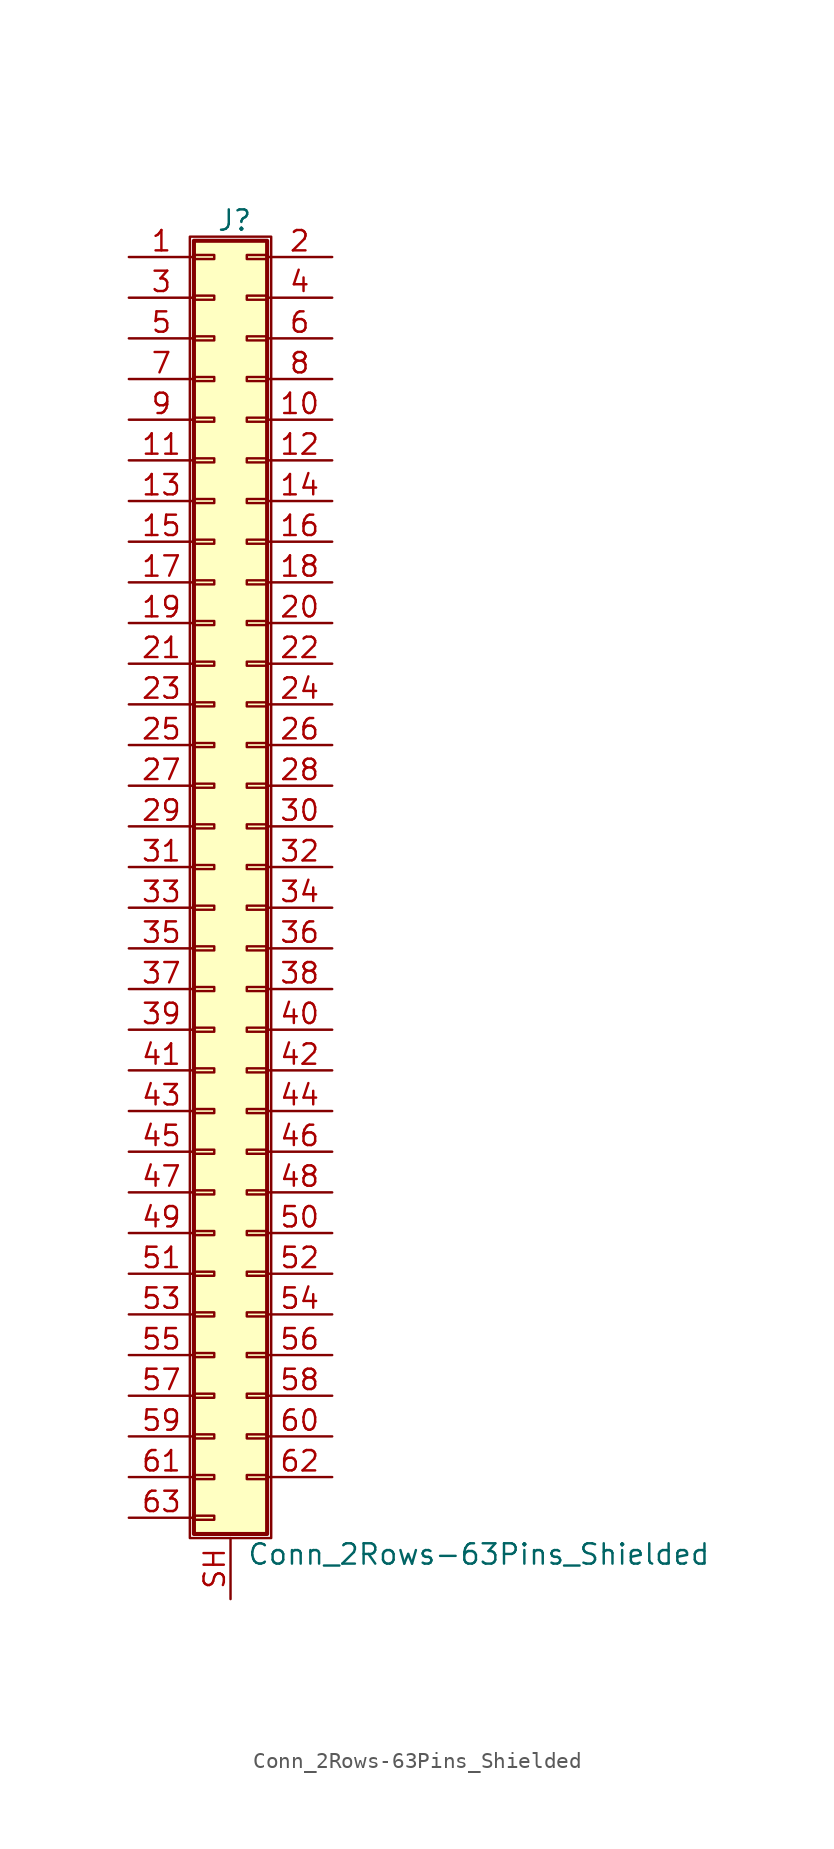
<source format=kicad_sym>
(kicad_symbol_lib
  (version 20200908)
  (generator kicad_symbol_editor)
  (symbol "Connector_Generic_Shielded:Conn_2Rows-63Pins_Shielded"
    (pin_names
      (offset 1.016) hide)
    (property "Reference" "J"
      (at 1.524 40.386 0)
      (effects (font (size 1.27 1.27))))
    (property "Value" "Conn_2Rows-63Pins_Shielded"
      (at 2.286 -42.926 0)
      (effects (font (size 1.27 1.27)) (justify left)))
    (symbol "Conn_2Rows-63Pins_Shielded_1_1"
      (rectangle (start -1.016 -27.813) (end 0.254 -28.067) (stroke (width 0.152)) (fill (type none)))
      (rectangle (start -1.016 -30.353) (end 0.254 -30.607) (stroke (width 0.152)) (fill (type none)))
      (rectangle (start -1.016 -32.893) (end 0.254 -33.147) (stroke (width 0.152)) (fill (type none)))
      (rectangle (start -1.016 -35.433) (end 0.254 -35.687) (stroke (width 0.152)) (fill (type none)))
      (rectangle (start -1.016 -37.973) (end 0.254 -38.227) (stroke (width 0.152)) (fill (type none)))
      (rectangle (start -1.016 -40.513) (end 0.254 -40.767) (stroke (width 0.152)) (fill (type none)))
      (rectangle (start -1.016 -4.953) (end 0.254 -5.207) (stroke (width 0.152)) (fill (type none)))
      (rectangle (start -1.016 -7.493) (end 0.254 -7.747) (stroke (width 0.152)) (fill (type none)))
      (rectangle (start -1.016 -10.033) (end 0.254 -10.287) (stroke (width 0.152)) (fill (type none)))
      (rectangle (start -1.016 -12.573) (end 0.254 -12.827) (stroke (width 0.152)) (fill (type none)))
      (rectangle (start -1.016 -15.113) (end 0.254 -15.367) (stroke (width 0.152)) (fill (type none)))
      (rectangle (start -1.016 -17.653) (end 0.254 -17.907) (stroke (width 0.152)) (fill (type none)))
      (rectangle (start -1.016 -20.193) (end 0.254 -20.447) (stroke (width 0.152)) (fill (type none)))
      (rectangle (start -1.016 -22.733) (end 0.254 -22.987) (stroke (width 0.152)) (fill (type none)))
      (rectangle (start -1.016 -2.413) (end 0.254 -2.667) (stroke (width 0.152)) (fill (type none)))
      (rectangle (start -1.016 -25.273) (end 0.254 -25.527) (stroke (width 0.152)) (fill (type none)))
      (rectangle (start -1.016 25.527) (end 0.254 25.273) (stroke (width 0.152)) (fill (type none)))
      (rectangle (start -1.016 2.667) (end 0.254 2.413) (stroke (width 0.152)) (fill (type none)))
      (rectangle (start -1.016 28.067) (end 0.254 27.813) (stroke (width 0.152)) (fill (type none)))
      (rectangle (start -1.016 30.607) (end 0.254 30.353) (stroke (width 0.152)) (fill (type none)))
      (rectangle (start -1.016 33.147) (end 0.254 32.893) (stroke (width 0.152)) (fill (type none)))
      (rectangle (start -1.016 35.687) (end 0.254 35.433) (stroke (width 0.152)) (fill (type none)))
      (rectangle (start -1.016 38.227) (end 0.254 37.973) (stroke (width 0.152)) (fill (type none)))
      (rectangle (start -1.016 39.116) (end 3.556 -41.656) (stroke (width 0.254)) (fill (type background)))
      (rectangle (start -1.016 5.207) (end 0.254 4.953) (stroke (width 0.152)) (fill (type none)))
      (rectangle (start -1.016 7.747) (end 0.254 7.493) (stroke (width 0.152)) (fill (type none)))
      (rectangle (start -1.016 10.287) (end 0.254 10.033) (stroke (width 0.152)) (fill (type none)))
      (rectangle (start -1.016 0.127) (end 0.254 -0.127) (stroke (width 0.152)) (fill (type none)))
      (rectangle (start -1.016 12.827) (end 0.254 12.573) (stroke (width 0.152)) (fill (type none)))
      (rectangle (start -1.016 15.367) (end 0.254 15.113) (stroke (width 0.152)) (fill (type none)))
      (rectangle (start -1.016 17.907) (end 0.254 17.653) (stroke (width 0.152)) (fill (type none)))
      (rectangle (start -1.016 20.447) (end 0.254 20.193) (stroke (width 0.152)) (fill (type none)))
      (rectangle (start -1.016 22.987) (end 0.254 22.733) (stroke (width 0.152)) (fill (type none)))
      (rectangle (start -1.27 39.37) (end 3.81 -41.91) (stroke (width 0.152)) (fill (type none)))
      (rectangle (start 3.556 -27.813) (end 2.286 -28.067) (stroke (width 0.152)) (fill (type none)))
      (rectangle (start 3.556 -30.353) (end 2.286 -30.607) (stroke (width 0.152)) (fill (type none)))
      (rectangle (start 3.556 -32.893) (end 2.286 -33.147) (stroke (width 0.152)) (fill (type none)))
      (rectangle (start 3.556 -35.433) (end 2.286 -35.687) (stroke (width 0.152)) (fill (type none)))
      (rectangle (start 3.556 -37.973) (end 2.286 -38.227) (stroke (width 0.152)) (fill (type none)))
      (rectangle (start 3.556 -4.953) (end 2.286 -5.207) (stroke (width 0.152)) (fill (type none)))
      (rectangle (start 3.556 -7.493) (end 2.286 -7.747) (stroke (width 0.152)) (fill (type none)))
      (rectangle (start 3.556 -10.033) (end 2.286 -10.287) (stroke (width 0.152)) (fill (type none)))
      (rectangle (start 3.556 -12.573) (end 2.286 -12.827) (stroke (width 0.152)) (fill (type none)))
      (rectangle (start 3.556 -15.113) (end 2.286 -15.367) (stroke (width 0.152)) (fill (type none)))
      (rectangle (start 3.556 -17.653) (end 2.286 -17.907) (stroke (width 0.152)) (fill (type none)))
      (rectangle (start 3.556 -20.193) (end 2.286 -20.447) (stroke (width 0.152)) (fill (type none)))
      (rectangle (start 3.556 -22.733) (end 2.286 -22.987) (stroke (width 0.152)) (fill (type none)))
      (rectangle (start 3.556 -2.413) (end 2.286 -2.667) (stroke (width 0.152)) (fill (type none)))
      (rectangle (start 3.556 -25.273) (end 2.286 -25.527) (stroke (width 0.152)) (fill (type none)))
      (rectangle (start 3.556 25.527) (end 2.286 25.273) (stroke (width 0.152)) (fill (type none)))
      (rectangle (start 3.556 2.667) (end 2.286 2.413) (stroke (width 0.152)) (fill (type none)))
      (rectangle (start 3.556 28.067) (end 2.286 27.813) (stroke (width 0.152)) (fill (type none)))
      (rectangle (start 3.556 30.607) (end 2.286 30.353) (stroke (width 0.152)) (fill (type none)))
      (rectangle (start 3.556 33.147) (end 2.286 32.893) (stroke (width 0.152)) (fill (type none)))
      (rectangle (start 3.556 35.687) (end 2.286 35.433) (stroke (width 0.152)) (fill (type none)))
      (rectangle (start 3.556 38.227) (end 2.286 37.973) (stroke (width 0.152)) (fill (type none)))
      (rectangle (start 3.556 5.207) (end 2.286 4.953) (stroke (width 0.152)) (fill (type none)))
      (rectangle (start 3.556 7.747) (end 2.286 7.493) (stroke (width 0.152)) (fill (type none)))
      (rectangle (start 3.556 10.287) (end 2.286 10.033) (stroke (width 0.152)) (fill (type none)))
      (rectangle (start 3.556 0.127) (end 2.286 -0.127) (stroke (width 0.152)) (fill (type none)))
      (rectangle (start 3.556 12.827) (end 2.286 12.573) (stroke (width 0.152)) (fill (type none)))
      (rectangle (start 3.556 15.367) (end 2.286 15.113) (stroke (width 0.152)) (fill (type none)))
      (rectangle (start 3.556 17.907) (end 2.286 17.653) (stroke (width 0.152)) (fill (type none)))
      (rectangle (start 3.556 20.447) (end 2.286 20.193) (stroke (width 0.152)) (fill (type none)))
      (rectangle (start 3.556 22.987) (end 2.286 22.733) (stroke (width 0.152)) (fill (type none)))
      (pin passive line (at -5.08 38.1 0) (length 4.064) (name "Pin_1" (effects (font (size 1.27 1.27)))) (number "1" (effects (font (size 1.27 1.27)))))
      (pin passive line (at 7.62 27.94 180) (length 4.064) (name "Pin_10" (effects (font (size 1.27 1.27)))) (number "10" (effects (font (size 1.27 1.27)))))
      (pin passive line (at -5.08 25.4 0) (length 4.064) (name "Pin_11" (effects (font (size 1.27 1.27)))) (number "11" (effects (font (size 1.27 1.27)))))
      (pin passive line (at 7.62 25.4 180) (length 4.064) (name "Pin_12" (effects (font (size 1.27 1.27)))) (number "12" (effects (font (size 1.27 1.27)))))
      (pin passive line (at -5.08 22.86 0) (length 4.064) (name "Pin_13" (effects (font (size 1.27 1.27)))) (number "13" (effects (font (size 1.27 1.27)))))
      (pin passive line (at 7.62 22.86 180) (length 4.064) (name "Pin_14" (effects (font (size 1.27 1.27)))) (number "14" (effects (font (size 1.27 1.27)))))
      (pin passive line (at -5.08 20.32 0) (length 4.064) (name "Pin_15" (effects (font (size 1.27 1.27)))) (number "15" (effects (font (size 1.27 1.27)))))
      (pin passive line (at 7.62 20.32 180) (length 4.064) (name "Pin_16" (effects (font (size 1.27 1.27)))) (number "16" (effects (font (size 1.27 1.27)))))
      (pin passive line (at -5.08 17.78 0) (length 4.064) (name "Pin_17" (effects (font (size 1.27 1.27)))) (number "17" (effects (font (size 1.27 1.27)))))
      (pin passive line (at 7.62 17.78 180) (length 4.064) (name "Pin_18" (effects (font (size 1.27 1.27)))) (number "18" (effects (font (size 1.27 1.27)))))
      (pin passive line (at -5.08 15.24 0) (length 4.064) (name "Pin_19" (effects (font (size 1.27 1.27)))) (number "19" (effects (font (size 1.27 1.27)))))
      (pin passive line (at 7.62 38.1 180) (length 4.064) (name "Pin_2" (effects (font (size 1.27 1.27)))) (number "2" (effects (font (size 1.27 1.27)))))
      (pin passive line (at 7.62 15.24 180) (length 4.064) (name "Pin_20" (effects (font (size 1.27 1.27)))) (number "20" (effects (font (size 1.27 1.27)))))
      (pin passive line (at -5.08 12.7 0) (length 4.064) (name "Pin_21" (effects (font (size 1.27 1.27)))) (number "21" (effects (font (size 1.27 1.27)))))
      (pin passive line (at 7.62 12.7 180) (length 4.064) (name "Pin_22" (effects (font (size 1.27 1.27)))) (number "22" (effects (font (size 1.27 1.27)))))
      (pin passive line (at -5.08 10.16 0) (length 4.064) (name "Pin_23" (effects (font (size 1.27 1.27)))) (number "23" (effects (font (size 1.27 1.27)))))
      (pin passive line (at 7.62 10.16 180) (length 4.064) (name "Pin_24" (effects (font (size 1.27 1.27)))) (number "24" (effects (font (size 1.27 1.27)))))
      (pin passive line (at -5.08 7.62 0) (length 4.064) (name "Pin_25" (effects (font (size 1.27 1.27)))) (number "25" (effects (font (size 1.27 1.27)))))
      (pin passive line (at 7.62 7.62 180) (length 4.064) (name "Pin_26" (effects (font (size 1.27 1.27)))) (number "26" (effects (font (size 1.27 1.27)))))
      (pin passive line (at -5.08 5.08 0) (length 4.064) (name "Pin_27" (effects (font (size 1.27 1.27)))) (number "27" (effects (font (size 1.27 1.27)))))
      (pin passive line (at 7.62 5.08 180) (length 4.064) (name "Pin_28" (effects (font (size 1.27 1.27)))) (number "28" (effects (font (size 1.27 1.27)))))
      (pin passive line (at -5.08 2.54 0) (length 4.064) (name "Pin_29" (effects (font (size 1.27 1.27)))) (number "29" (effects (font (size 1.27 1.27)))))
      (pin passive line (at -5.08 35.56 0) (length 4.064) (name "Pin_3" (effects (font (size 1.27 1.27)))) (number "3" (effects (font (size 1.27 1.27)))))
      (pin passive line (at 7.62 2.54 180) (length 4.064) (name "Pin_30" (effects (font (size 1.27 1.27)))) (number "30" (effects (font (size 1.27 1.27)))))
      (pin passive line (at -5.08 0 0) (length 4.064) (name "Pin_31" (effects (font (size 1.27 1.27)))) (number "31" (effects (font (size 1.27 1.27)))))
      (pin passive line (at 7.62 0 180) (length 4.064) (name "Pin_32" (effects (font (size 1.27 1.27)))) (number "32" (effects (font (size 1.27 1.27)))))
      (pin passive line (at -5.08 -2.54 0) (length 4.064) (name "Pin_33" (effects (font (size 1.27 1.27)))) (number "33" (effects (font (size 1.27 1.27)))))
      (pin passive line (at 7.62 -2.54 180) (length 4.064) (name "Pin_34" (effects (font (size 1.27 1.27)))) (number "34" (effects (font (size 1.27 1.27)))))
      (pin passive line (at -5.08 -5.08 0) (length 4.064) (name "Pin_35" (effects (font (size 1.27 1.27)))) (number "35" (effects (font (size 1.27 1.27)))))
      (pin passive line (at 7.62 -5.08 180) (length 4.064) (name "Pin_36" (effects (font (size 1.27 1.27)))) (number "36" (effects (font (size 1.27 1.27)))))
      (pin passive line (at -5.08 -7.62 0) (length 4.064) (name "Pin_37" (effects (font (size 1.27 1.27)))) (number "37" (effects (font (size 1.27 1.27)))))
      (pin passive line (at 7.62 -7.62 180) (length 4.064) (name "Pin_38" (effects (font (size 1.27 1.27)))) (number "38" (effects (font (size 1.27 1.27)))))
      (pin passive line (at -5.08 -10.16 0) (length 4.064) (name "Pin_39" (effects (font (size 1.27 1.27)))) (number "39" (effects (font (size 1.27 1.27)))))
      (pin passive line (at 7.62 35.56 180) (length 4.064) (name "Pin_4" (effects (font (size 1.27 1.27)))) (number "4" (effects (font (size 1.27 1.27)))))
      (pin passive line (at 7.62 -10.16 180) (length 4.064) (name "Pin_40" (effects (font (size 1.27 1.27)))) (number "40" (effects (font (size 1.27 1.27)))))
      (pin passive line (at -5.08 -12.7 0) (length 4.064) (name "Pin_41" (effects (font (size 1.27 1.27)))) (number "41" (effects (font (size 1.27 1.27)))))
      (pin passive line (at 7.62 -12.7 180) (length 4.064) (name "Pin_42" (effects (font (size 1.27 1.27)))) (number "42" (effects (font (size 1.27 1.27)))))
      (pin passive line (at -5.08 -15.24 0) (length 4.064) (name "Pin_43" (effects (font (size 1.27 1.27)))) (number "43" (effects (font (size 1.27 1.27)))))
      (pin passive line (at 7.62 -15.24 180) (length 4.064) (name "Pin_44" (effects (font (size 1.27 1.27)))) (number "44" (effects (font (size 1.27 1.27)))))
      (pin passive line (at -5.08 -17.78 0) (length 4.064) (name "Pin_45" (effects (font (size 1.27 1.27)))) (number "45" (effects (font (size 1.27 1.27)))))
      (pin passive line (at 7.62 -17.78 180) (length 4.064) (name "Pin_46" (effects (font (size 1.27 1.27)))) (number "46" (effects (font (size 1.27 1.27)))))
      (pin passive line (at -5.08 -20.32 0) (length 4.064) (name "Pin_47" (effects (font (size 1.27 1.27)))) (number "47" (effects (font (size 1.27 1.27)))))
      (pin passive line (at 7.62 -20.32 180) (length 4.064) (name "Pin_48" (effects (font (size 1.27 1.27)))) (number "48" (effects (font (size 1.27 1.27)))))
      (pin passive line (at -5.08 -22.86 0) (length 4.064) (name "Pin_49" (effects (font (size 1.27 1.27)))) (number "49" (effects (font (size 1.27 1.27)))))
      (pin passive line (at -5.08 33.02 0) (length 4.064) (name "Pin_5" (effects (font (size 1.27 1.27)))) (number "5" (effects (font (size 1.27 1.27)))))
      (pin passive line (at 7.62 -22.86 180) (length 4.064) (name "Pin_50" (effects (font (size 1.27 1.27)))) (number "50" (effects (font (size 1.27 1.27)))))
      (pin passive line (at -5.08 -25.4 0) (length 4.064) (name "Pin_51" (effects (font (size 1.27 1.27)))) (number "51" (effects (font (size 1.27 1.27)))))
      (pin passive line (at 7.62 -25.4 180) (length 4.064) (name "Pin_52" (effects (font (size 1.27 1.27)))) (number "52" (effects (font (size 1.27 1.27)))))
      (pin passive line (at -5.08 -27.94 0) (length 4.064) (name "Pin_53" (effects (font (size 1.27 1.27)))) (number "53" (effects (font (size 1.27 1.27)))))
      (pin passive line (at 7.62 -27.94 180) (length 4.064) (name "Pin_54" (effects (font (size 1.27 1.27)))) (number "54" (effects (font (size 1.27 1.27)))))
      (pin passive line (at -5.08 -30.48 0) (length 4.064) (name "Pin_55" (effects (font (size 1.27 1.27)))) (number "55" (effects (font (size 1.27 1.27)))))
      (pin passive line (at 7.62 -30.48 180) (length 4.064) (name "Pin_56" (effects (font (size 1.27 1.27)))) (number "56" (effects (font (size 1.27 1.27)))))
      (pin passive line (at -5.08 -33.02 0) (length 4.064) (name "Pin_57" (effects (font (size 1.27 1.27)))) (number "57" (effects (font (size 1.27 1.27)))))
      (pin passive line (at 7.62 -33.02 180) (length 4.064) (name "Pin_58" (effects (font (size 1.27 1.27)))) (number "58" (effects (font (size 1.27 1.27)))))
      (pin passive line (at -5.08 -35.56 0) (length 4.064) (name "Pin_59" (effects (font (size 1.27 1.27)))) (number "59" (effects (font (size 1.27 1.27)))))
      (pin passive line (at 7.62 33.02 180) (length 4.064) (name "Pin_6" (effects (font (size 1.27 1.27)))) (number "6" (effects (font (size 1.27 1.27)))))
      (pin passive line (at 7.62 -35.56 180) (length 4.064) (name "Pin_60" (effects (font (size 1.27 1.27)))) (number "60" (effects (font (size 1.27 1.27)))))
      (pin passive line (at -5.08 -38.1 0) (length 4.064) (name "Pin_61" (effects (font (size 1.27 1.27)))) (number "61" (effects (font (size 1.27 1.27)))))
      (pin passive line (at 7.62 -38.1 180) (length 4.064) (name "Pin_62" (effects (font (size 1.27 1.27)))) (number "62" (effects (font (size 1.27 1.27)))))
      (pin passive line (at -5.08 -40.64 0) (length 4.064) (name "Pin_63" (effects (font (size 1.27 1.27)))) (number "63" (effects (font (size 1.27 1.27)))))
      (pin passive line (at -5.08 30.48 0) (length 4.064) (name "Pin_7" (effects (font (size 1.27 1.27)))) (number "7" (effects (font (size 1.27 1.27)))))
      (pin passive line (at 7.62 30.48 180) (length 4.064) (name "Pin_8" (effects (font (size 1.27 1.27)))) (number "8" (effects (font (size 1.27 1.27)))))
      (pin passive line (at -5.08 27.94 0) (length 4.064) (name "Pin_9" (effects (font (size 1.27 1.27)))) (number "9" (effects (font (size 1.27 1.27)))))
      (pin passive line (at 1.27 -45.72 90) (length 3.81) (name "Shield" (effects (font (size 1.27 1.27)))) (number "SH" (effects (font (size 1.27 1.27))))))))
</source>
